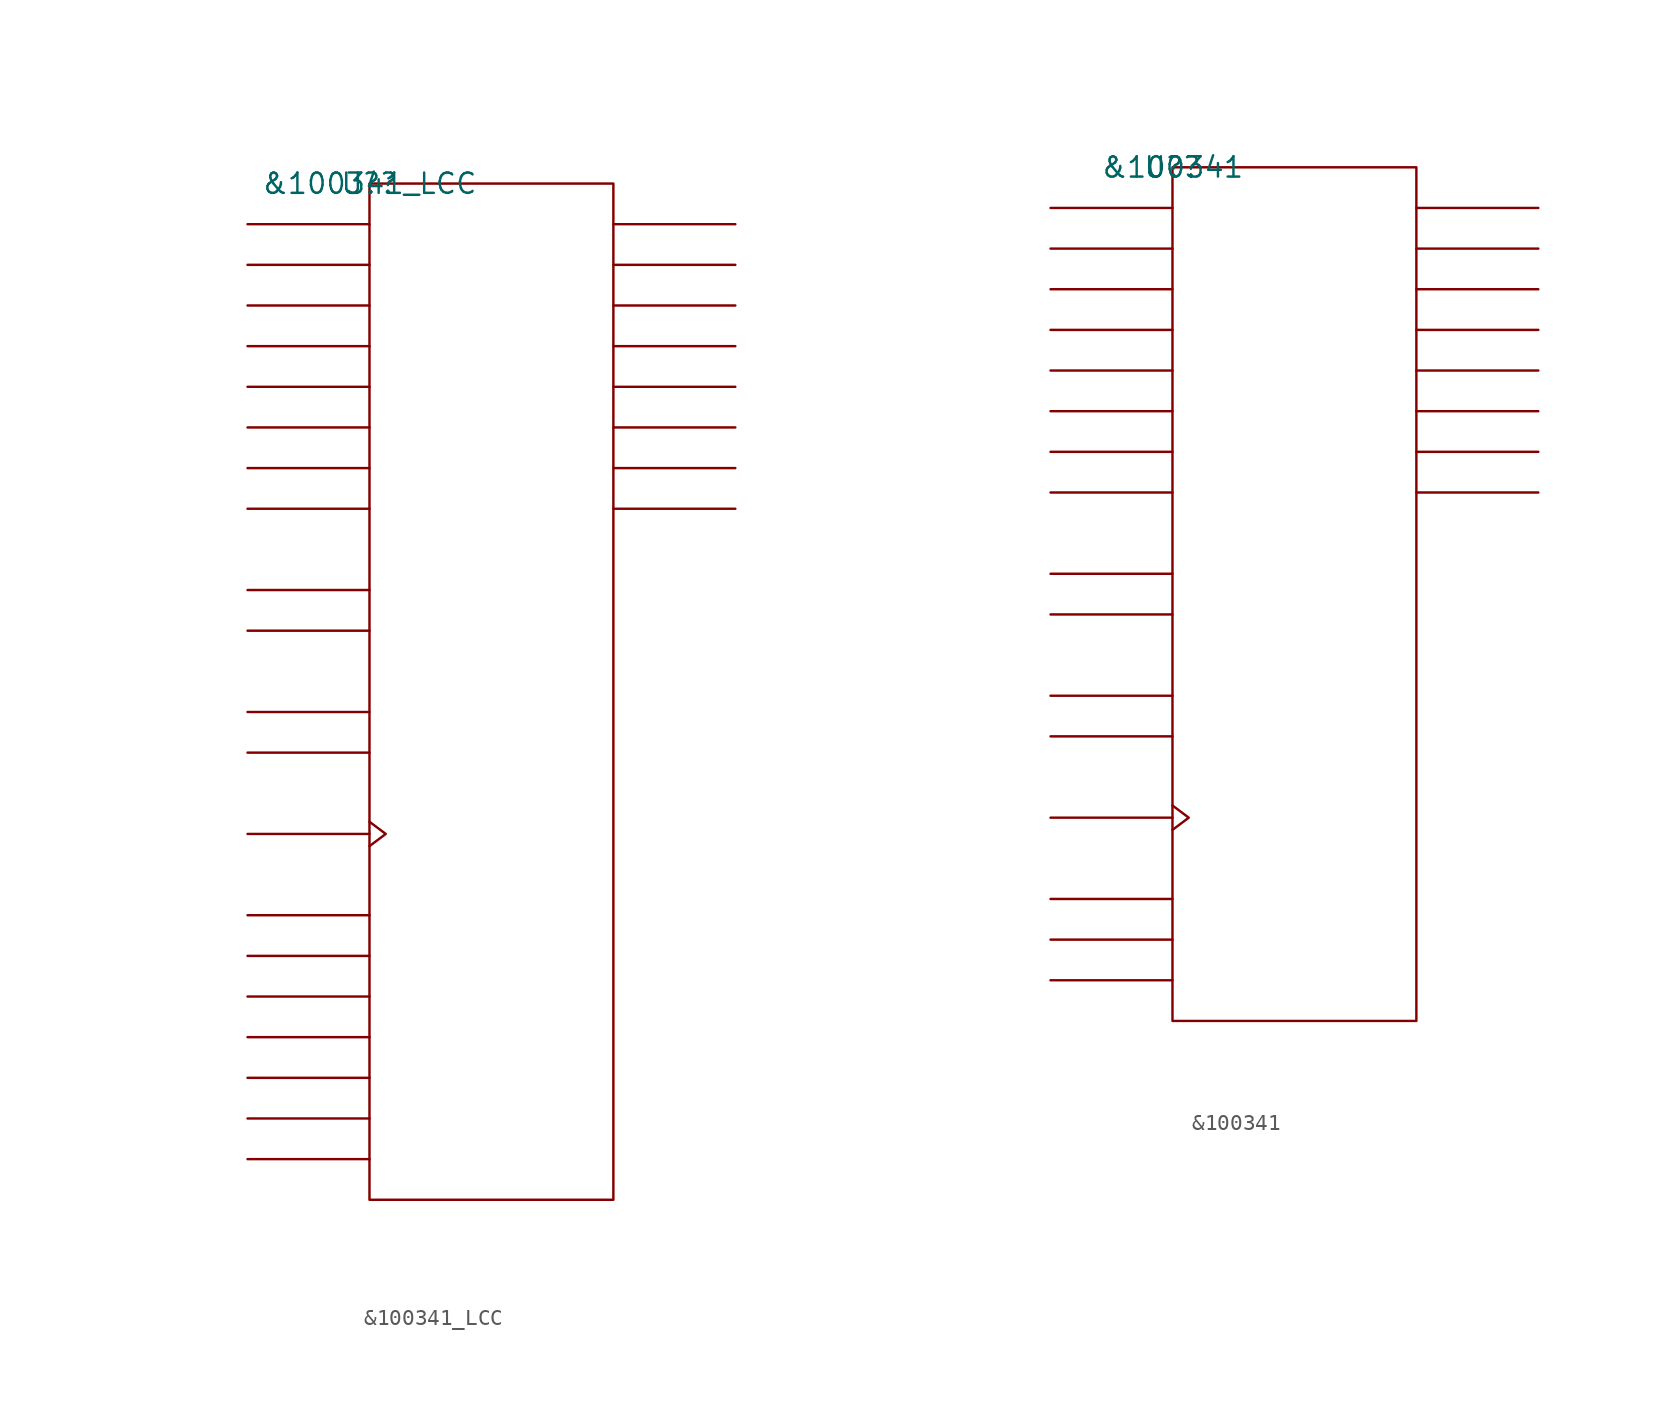
<source format=kicad_sym>
(kicad_symbol_lib
  (version 20211014)
  (generator kicad_symbol_editor)
  (symbol "&100341_LCC"
    (pin_names
      (offset 0.762))
    (property "Reference" "U?"
      (at 0 0 0)
      (effects (font (size 1.27 1.27))))
    (property "Value" "&100341_LCC"
      (at 0 0 0)
      (effects (font (size 1.27 1.27))))
    (symbol "&100341_LCC_0_1"
      (rectangle (start 0 -63.5) (end 15.24 0) (stroke (width 0) (type default) (color 0 0 0 0)) (fill (type none)))
      (polyline (pts (xy 0 -60.96) (xy -7.62 -60.96)) (stroke (width 0) (type default) (color 0 0 0 0)) (fill (type none)))
      (polyline (pts (xy 0 -58.42) (xy -7.62 -58.42)) (stroke (width 0) (type default) (color 0 0 0 0)) (fill (type none)))
      (polyline (pts (xy 0 -55.88) (xy -7.62 -55.88)) (stroke (width 0) (type default) (color 0 0 0 0)) (fill (type none)))
      (polyline (pts (xy 0 -53.34) (xy -7.62 -53.34)) (stroke (width 0) (type default) (color 0 0 0 0)) (fill (type none)))
      (polyline (pts (xy 0 -50.8) (xy -7.62 -50.8)) (stroke (width 0) (type default) (color 0 0 0 0)) (fill (type none)))
      (polyline (pts (xy 0 -48.26) (xy -7.62 -48.26)) (stroke (width 0) (type default) (color 0 0 0 0)) (fill (type none)))
      (polyline (pts (xy 0 -45.72) (xy -7.62 -45.72)) (stroke (width 0) (type default) (color 0 0 0 0)) (fill (type none)))
      (polyline (pts (xy 0 -40.64) (xy -7.62 -40.64)) (stroke (width 0) (type default) (color 0 0 0 0)) (fill (type none)))
      (polyline (pts (xy 0 -35.56) (xy -7.62 -35.56)) (stroke (width 0) (type default) (color 0 0 0 0)) (fill (type none)))
      (polyline (pts (xy 0 -33.02) (xy -7.62 -33.02)) (stroke (width 0) (type default) (color 0 0 0 0)) (fill (type none)))
      (polyline (pts (xy 0 -27.94) (xy -7.62 -27.94)) (stroke (width 0) (type default) (color 0 0 0 0)) (fill (type none)))
      (polyline (pts (xy 0 -25.4) (xy -7.62 -25.4)) (stroke (width 0) (type default) (color 0 0 0 0)) (fill (type none)))
      (polyline (pts (xy 0 -20.32) (xy -7.62 -20.32)) (stroke (width 0) (type default) (color 0 0 0 0)) (fill (type none)))
      (polyline (pts (xy 0 -17.78) (xy -7.62 -17.78)) (stroke (width 0) (type default) (color 0 0 0 0)) (fill (type none)))
      (polyline (pts (xy 0 -15.24) (xy -7.62 -15.24)) (stroke (width 0) (type default) (color 0 0 0 0)) (fill (type none)))
      (polyline (pts (xy 0 -12.7) (xy -7.62 -12.7)) (stroke (width 0) (type default) (color 0 0 0 0)) (fill (type none)))
      (polyline (pts (xy 0 -10.16) (xy -7.62 -10.16)) (stroke (width 0) (type default) (color 0 0 0 0)) (fill (type none)))
      (polyline (pts (xy 0 -7.62) (xy -7.62 -7.62)) (stroke (width 0) (type default) (color 0 0 0 0)) (fill (type none)))
      (polyline (pts (xy 0 -5.08) (xy -7.62 -5.08)) (stroke (width 0) (type default) (color 0 0 0 0)) (fill (type none)))
      (polyline (pts (xy 0 -2.54) (xy -7.62 -2.54)) (stroke (width 0) (type default) (color 0 0 0 0)) (fill (type none)))
      (polyline (pts (xy 15.24 -20.32) (xy 22.86 -20.32)) (stroke (width 0) (type default) (color 0 0 0 0)) (fill (type none)))
      (polyline (pts (xy 15.24 -17.78) (xy 22.86 -17.78)) (stroke (width 0) (type default) (color 0 0 0 0)) (fill (type none)))
      (polyline (pts (xy 15.24 -15.24) (xy 22.86 -15.24)) (stroke (width 0) (type default) (color 0 0 0 0)) (fill (type none)))
      (polyline (pts (xy 15.24 -12.7) (xy 22.86 -12.7)) (stroke (width 0) (type default) (color 0 0 0 0)) (fill (type none)))
      (polyline (pts (xy 15.24 -10.16) (xy 22.86 -10.16)) (stroke (width 0) (type default) (color 0 0 0 0)) (fill (type none)))
      (polyline (pts (xy 15.24 -7.62) (xy 22.86 -7.62)) (stroke (width 0) (type default) (color 0 0 0 0)) (fill (type none)))
      (polyline (pts (xy 15.24 -5.08) (xy 22.86 -5.08)) (stroke (width 0) (type default) (color 0 0 0 0)) (fill (type none)))
      (polyline (pts (xy 15.24 -2.54) (xy 22.86 -2.54)) (stroke (width 0) (type default) (color 0 0 0 0)) (fill (type none)))
      (polyline (pts (xy 0 -39.878) (xy 1.016 -40.64) (xy 0 -41.402)) (stroke (width 0) (type default) (color 0 0 0 0)) (fill (type none))))
    (symbol "&100341_LCC_1_1"
      (pin power_in line (at -7.62 -55.88 0) (length 7.62) hide (name "VCC" (effects (font (size 1.245 1.245)))) (number "1" (effects (font (size 1.245 1.245)))))
      (pin unspecified line (at -7.62 -17.78 0) (length 7.62) hide (name "P6" (effects (font (size 1.245 1.245)))) (number "10" (effects (font (size 1.245 1.245)))))
      (pin unspecified line (at -7.62 -15.24 0) (length 7.62) hide (name "P5" (effects (font (size 1.245 1.245)))) (number "11" (effects (font (size 1.245 1.245)))))
      (pin unspecified line (at -7.62 -12.7 0) (length 7.62) hide (name "P4" (effects (font (size 1.245 1.245)))) (number "12" (effects (font (size 1.245 1.245)))))
      (pin unspecified line (at -7.62 -40.64 180) (length 7.62) hide (name "CLK" (effects (font (size 1.245 1.245)))) (number "13" (effects (font (size 1.245 1.245)))))
      (pin power_in line (at -7.62 -45.72 0) (length 7.62) hide (name "VEE" (effects (font (size 1.245 1.245)))) (number "14" (effects (font (size 1.245 1.245)))))
      (pin power_in line (at -7.62 -50.8 0) (length 7.62) hide (name "VEES" (effects (font (size 1.245 1.245)))) (number "15" (effects (font (size 1.245 1.245)))))
      (pin unspecified line (at -7.62 -33.02 0) (length 7.62) hide (name "S0" (effects (font (size 1.245 1.245)))) (number "16" (effects (font (size 1.245 1.245)))))
      (pin unspecified line (at -7.62 -35.56 0) (length 7.62) hide (name "S1" (effects (font (size 1.245 1.245)))) (number "17" (effects (font (size 1.245 1.245)))))
      (pin unspecified line (at -7.62 -10.16 0) (length 7.62) hide (name "P3" (effects (font (size 1.245 1.245)))) (number "18" (effects (font (size 1.245 1.245)))))
      (pin unspecified line (at -7.62 -7.62 0) (length 7.62) hide (name "P2" (effects (font (size 1.245 1.245)))) (number "19" (effects (font (size 1.245 1.245)))))
      (pin power_in line (at -7.62 -60.96 0) (length 7.62) hide (name "VCCA" (effects (font (size 1.245 1.245)))) (number "2" (effects (font (size 1.245 1.245)))))
      (pin unspecified line (at -7.62 -5.08 0) (length 7.62) hide (name "P1" (effects (font (size 1.245 1.245)))) (number "20" (effects (font (size 1.245 1.245)))))
      (pin unspecified line (at -7.62 -2.54 0) (length 7.62) hide (name "P0" (effects (font (size 1.245 1.245)))) (number "21" (effects (font (size 1.245 1.245)))))
      (pin power_in line (at -7.62 -53.34 0) (length 7.62) hide (name "VEES" (effects (font (size 1.245 1.245)))) (number "22" (effects (font (size 1.245 1.245)))))
      (pin unspecified line (at -7.62 -25.4 0) (length 7.62) hide (name "D0" (effects (font (size 1.245 1.245)))) (number "23" (effects (font (size 1.245 1.245)))))
      (pin unspecified line (at 22.86 -2.54 180) (length 7.62) hide (name "Q0" (effects (font (size 1.245 1.245)))) (number "24" (effects (font (size 1.245 1.245)))))
      (pin unspecified line (at 22.86 -5.08 180) (length 7.62) hide (name "Q1" (effects (font (size 1.245 1.245)))) (number "25" (effects (font (size 1.245 1.245)))))
      (pin unspecified line (at 22.86 -7.62 180) (length 7.62) hide (name "Q2" (effects (font (size 1.245 1.245)))) (number "26" (effects (font (size 1.245 1.245)))))
      (pin unspecified line (at 22.86 -10.16 180) (length 7.62) hide (name "Q3" (effects (font (size 1.245 1.245)))) (number "27" (effects (font (size 1.245 1.245)))))
      (pin power_in line (at -7.62 -58.42 0) (length 7.62) hide (name "VCC" (effects (font (size 1.245 1.245)))) (number "28" (effects (font (size 1.245 1.245)))))
      (pin unspecified line (at 22.86 -12.7 180) (length 7.62) hide (name "Q4" (effects (font (size 1.245 1.245)))) (number "3" (effects (font (size 1.245 1.245)))))
      (pin unspecified line (at 22.86 -15.24 180) (length 7.62) hide (name "Q5" (effects (font (size 1.245 1.245)))) (number "4" (effects (font (size 1.245 1.245)))))
      (pin unspecified line (at 22.86 -17.78 180) (length 7.62) hide (name "Q6" (effects (font (size 1.245 1.245)))) (number "5" (effects (font (size 1.245 1.245)))))
      (pin unspecified line (at 22.86 -20.32 180) (length 7.62) hide (name "Q7" (effects (font (size 1.245 1.245)))) (number "6" (effects (font (size 1.245 1.245)))))
      (pin unspecified line (at -7.62 -27.94 0) (length 7.62) hide (name "D7" (effects (font (size 1.245 1.245)))) (number "7" (effects (font (size 1.245 1.245)))))
      (pin power_in line (at -7.62 -48.26 0) (length 7.62) hide (name "VEES" (effects (font (size 1.245 1.245)))) (number "8" (effects (font (size 1.245 1.245)))))
      (pin unspecified line (at -7.62 -20.32 0) (length 7.62) hide (name "P7" (effects (font (size 1.245 1.245)))) (number "9" (effects (font (size 1.245 1.245)))))))
  (symbol "&100341"
    (pin_names
      (offset 0.762))
    (property "Reference" "U?"
      (at 0 0 0)
      (effects (font (size 1.27 1.27))))
    (property "Value" "&100341"
      (at 0 0 0)
      (effects (font (size 1.27 1.27))))
    (symbol "&100341_0_1"
      (rectangle (start 0 -53.34) (end 15.24 0) (stroke (width 0) (type default) (color 0 0 0 0)) (fill (type none)))
      (polyline (pts (xy 0 -50.8) (xy -7.62 -50.8)) (stroke (width 0) (type default) (color 0 0 0 0)) (fill (type none)))
      (polyline (pts (xy 0 -48.26) (xy -7.62 -48.26)) (stroke (width 0) (type default) (color 0 0 0 0)) (fill (type none)))
      (polyline (pts (xy 0 -45.72) (xy -7.62 -45.72)) (stroke (width 0) (type default) (color 0 0 0 0)) (fill (type none)))
      (polyline (pts (xy 0 -40.64) (xy -7.62 -40.64)) (stroke (width 0) (type default) (color 0 0 0 0)) (fill (type none)))
      (polyline (pts (xy 0 -35.56) (xy -7.62 -35.56)) (stroke (width 0) (type default) (color 0 0 0 0)) (fill (type none)))
      (polyline (pts (xy 0 -33.02) (xy -7.62 -33.02)) (stroke (width 0) (type default) (color 0 0 0 0)) (fill (type none)))
      (polyline (pts (xy 0 -27.94) (xy -7.62 -27.94)) (stroke (width 0) (type default) (color 0 0 0 0)) (fill (type none)))
      (polyline (pts (xy 0 -25.4) (xy -7.62 -25.4)) (stroke (width 0) (type default) (color 0 0 0 0)) (fill (type none)))
      (polyline (pts (xy 0 -20.32) (xy -7.62 -20.32)) (stroke (width 0) (type default) (color 0 0 0 0)) (fill (type none)))
      (polyline (pts (xy 0 -17.78) (xy -7.62 -17.78)) (stroke (width 0) (type default) (color 0 0 0 0)) (fill (type none)))
      (polyline (pts (xy 0 -15.24) (xy -7.62 -15.24)) (stroke (width 0) (type default) (color 0 0 0 0)) (fill (type none)))
      (polyline (pts (xy 0 -12.7) (xy -7.62 -12.7)) (stroke (width 0) (type default) (color 0 0 0 0)) (fill (type none)))
      (polyline (pts (xy 0 -10.16) (xy -7.62 -10.16)) (stroke (width 0) (type default) (color 0 0 0 0)) (fill (type none)))
      (polyline (pts (xy 0 -7.62) (xy -7.62 -7.62)) (stroke (width 0) (type default) (color 0 0 0 0)) (fill (type none)))
      (polyline (pts (xy 0 -5.08) (xy -7.62 -5.08)) (stroke (width 0) (type default) (color 0 0 0 0)) (fill (type none)))
      (polyline (pts (xy 0 -2.54) (xy -7.62 -2.54)) (stroke (width 0) (type default) (color 0 0 0 0)) (fill (type none)))
      (polyline (pts (xy 15.24 -20.32) (xy 22.86 -20.32)) (stroke (width 0) (type default) (color 0 0 0 0)) (fill (type none)))
      (polyline (pts (xy 15.24 -17.78) (xy 22.86 -17.78)) (stroke (width 0) (type default) (color 0 0 0 0)) (fill (type none)))
      (polyline (pts (xy 15.24 -15.24) (xy 22.86 -15.24)) (stroke (width 0) (type default) (color 0 0 0 0)) (fill (type none)))
      (polyline (pts (xy 15.24 -12.7) (xy 22.86 -12.7)) (stroke (width 0) (type default) (color 0 0 0 0)) (fill (type none)))
      (polyline (pts (xy 15.24 -10.16) (xy 22.86 -10.16)) (stroke (width 0) (type default) (color 0 0 0 0)) (fill (type none)))
      (polyline (pts (xy 15.24 -7.62) (xy 22.86 -7.62)) (stroke (width 0) (type default) (color 0 0 0 0)) (fill (type none)))
      (polyline (pts (xy 15.24 -5.08) (xy 22.86 -5.08)) (stroke (width 0) (type default) (color 0 0 0 0)) (fill (type none)))
      (polyline (pts (xy 15.24 -2.54) (xy 22.86 -2.54)) (stroke (width 0) (type default) (color 0 0 0 0)) (fill (type none)))
      (polyline (pts (xy 0 -39.878) (xy 1.016 -40.64) (xy 0 -41.402)) (stroke (width 0) (type default) (color 0 0 0 0)) (fill (type none))))
    (symbol "&100341_1_1"
      (pin unspecified line (at -7.62 -25.4 0) (length 7.62) hide (name "D0" (effects (font (size 1.245 1.245)))) (number "1" (effects (font (size 1.245 1.245)))))
      (pin unspecified line (at 22.86 -17.78 180) (length 7.62) hide (name "Q6" (effects (font (size 1.245 1.245)))) (number "10" (effects (font (size 1.245 1.245)))))
      (pin unspecified line (at 22.86 -20.32 180) (length 7.62) hide (name "Q7" (effects (font (size 1.245 1.245)))) (number "11" (effects (font (size 1.245 1.245)))))
      (pin unspecified line (at -7.62 -27.94 0) (length 7.62) hide (name "D7" (effects (font (size 1.245 1.245)))) (number "12" (effects (font (size 1.245 1.245)))))
      (pin unspecified line (at -7.62 -20.32 0) (length 7.62) hide (name "P7" (effects (font (size 1.245 1.245)))) (number "13" (effects (font (size 1.245 1.245)))))
      (pin unspecified line (at -7.62 -17.78 0) (length 7.62) hide (name "P6" (effects (font (size 1.245 1.245)))) (number "14" (effects (font (size 1.245 1.245)))))
      (pin unspecified line (at -7.62 -15.24 0) (length 7.62) hide (name "P5" (effects (font (size 1.245 1.245)))) (number "15" (effects (font (size 1.245 1.245)))))
      (pin unspecified line (at -7.62 -12.7 0) (length 7.62) hide (name "P4" (effects (font (size 1.245 1.245)))) (number "16" (effects (font (size 1.245 1.245)))))
      (pin unspecified line (at -7.62 -40.64 180) (length 7.62) hide (name "CLK" (effects (font (size 1.245 1.245)))) (number "17" (effects (font (size 1.245 1.245)))))
      (pin power_in line (at -7.62 -45.72 0) (length 7.62) hide (name "VEE" (effects (font (size 1.245 1.245)))) (number "18" (effects (font (size 1.245 1.245)))))
      (pin unspecified line (at -7.62 -33.02 0) (length 7.62) hide (name "S0" (effects (font (size 1.245 1.245)))) (number "19" (effects (font (size 1.245 1.245)))))
      (pin unspecified line (at 22.86 -2.54 180) (length 7.62) hide (name "Q0" (effects (font (size 1.245 1.245)))) (number "2" (effects (font (size 1.245 1.245)))))
      (pin unspecified line (at -7.62 -35.56 0) (length 7.62) hide (name "S1" (effects (font (size 1.245 1.245)))) (number "20" (effects (font (size 1.245 1.245)))))
      (pin unspecified line (at -7.62 -10.16 0) (length 7.62) hide (name "P3" (effects (font (size 1.245 1.245)))) (number "21" (effects (font (size 1.245 1.245)))))
      (pin unspecified line (at -7.62 -7.62 0) (length 7.62) hide (name "P2" (effects (font (size 1.245 1.245)))) (number "22" (effects (font (size 1.245 1.245)))))
      (pin unspecified line (at -7.62 -5.08 0) (length 7.62) hide (name "P1" (effects (font (size 1.245 1.245)))) (number "23" (effects (font (size 1.245 1.245)))))
      (pin unspecified line (at -7.62 -2.54 0) (length 7.62) hide (name "P0" (effects (font (size 1.245 1.245)))) (number "24" (effects (font (size 1.245 1.245)))))
      (pin unspecified line (at 22.86 -5.08 180) (length 7.62) hide (name "Q1" (effects (font (size 1.245 1.245)))) (number "3" (effects (font (size 1.245 1.245)))))
      (pin unspecified line (at 22.86 -7.62 180) (length 7.62) hide (name "Q2" (effects (font (size 1.245 1.245)))) (number "4" (effects (font (size 1.245 1.245)))))
      (pin unspecified line (at 22.86 -10.16 180) (length 7.62) hide (name "Q3" (effects (font (size 1.245 1.245)))) (number "5" (effects (font (size 1.245 1.245)))))
      (pin power_in line (at -7.62 -48.26 0) (length 7.62) hide (name "VCC" (effects (font (size 1.245 1.245)))) (number "6" (effects (font (size 1.245 1.245)))))
      (pin power_in line (at -7.62 -50.8 0) (length 7.62) hide (name "VCCA" (effects (font (size 1.245 1.245)))) (number "7" (effects (font (size 1.245 1.245)))))
      (pin unspecified line (at 22.86 -12.7 180) (length 7.62) hide (name "Q4" (effects (font (size 1.245 1.245)))) (number "8" (effects (font (size 1.245 1.245)))))
      (pin unspecified line (at 22.86 -15.24 180) (length 7.62) hide (name "Q5" (effects (font (size 1.245 1.245)))) (number "9" (effects (font (size 1.245 1.245))))))))
</source>
